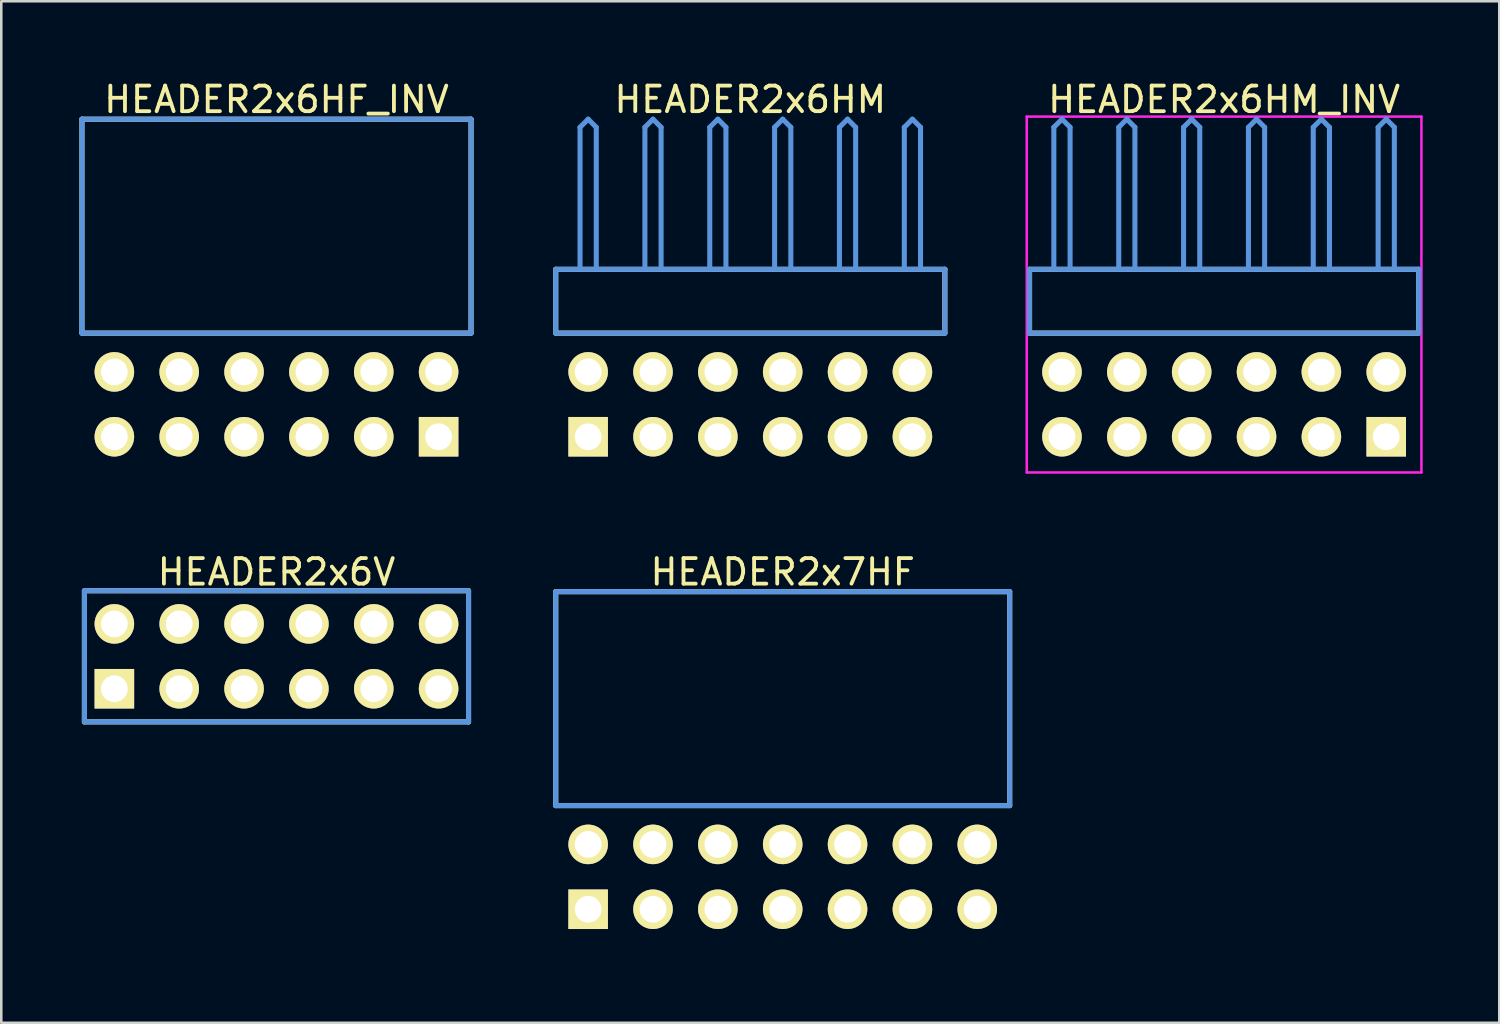
<source format=kicad_pcb>
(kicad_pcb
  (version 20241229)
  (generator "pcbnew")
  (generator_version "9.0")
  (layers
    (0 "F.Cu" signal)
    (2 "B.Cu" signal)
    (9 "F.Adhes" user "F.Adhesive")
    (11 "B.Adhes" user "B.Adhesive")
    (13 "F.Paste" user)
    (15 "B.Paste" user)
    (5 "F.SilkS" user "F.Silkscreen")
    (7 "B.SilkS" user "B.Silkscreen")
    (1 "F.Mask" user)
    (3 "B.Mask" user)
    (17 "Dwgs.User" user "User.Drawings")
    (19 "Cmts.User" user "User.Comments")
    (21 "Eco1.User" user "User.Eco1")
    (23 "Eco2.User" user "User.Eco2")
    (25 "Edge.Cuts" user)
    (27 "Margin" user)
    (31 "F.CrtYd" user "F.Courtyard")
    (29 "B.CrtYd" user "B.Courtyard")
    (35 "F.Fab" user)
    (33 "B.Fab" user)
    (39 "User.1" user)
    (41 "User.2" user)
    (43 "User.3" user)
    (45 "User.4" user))
  (footprint "HEADER2x7HF"
    (layer "F.Cu")
    (at 19.986 32.562)
    (property "Reference" "HEADER2x7HF" (at 7.62 -13.208 0) (layer "F.SilkS") (effects (font (size 1.001 1.001) (thickness 0.15))))
    (attr through_hole)
    (fp_line (start -1.27 -12.438) (end -1.27 -4.059) (stroke (width 0.198) (type solid)) (layer "F.SilkS"))
    (fp_line (start -1.27 -4.059) (end 16.51 -4.059) (stroke (width 0.198) (type solid)) (layer "F.SilkS"))
    (fp_line (start 16.51 -12.438) (end -1.27 -12.438) (stroke (width 0.198) (type solid)) (layer "F.SilkS"))
    (fp_line (start 16.51 -4.059) (end 16.51 -12.438) (stroke (width 0.198) (type solid)) (layer "F.SilkS"))
    (fp_line (start -1.27 -12.438) (end -1.27 -4.059) (stroke (width 0.198) (type solid)) (layer "Cmts.User"))
    (fp_line (start -1.27 -4.059) (end 16.51 -4.059) (stroke (width 0.198) (type solid)) (layer "Cmts.User"))
    (fp_line (start 16.51 -12.438) (end -1.27 -12.438) (stroke (width 0.198) (type solid)) (layer "Cmts.User"))
    (fp_line (start 16.51 -4.059) (end 16.51 -12.438) (stroke (width 0.198) (type solid)) (layer "Cmts.User"))
    (fp_line (start -1.379 -12.54) (end 16.619 -12.54) (stroke (width 0.099) (type solid)) (layer "Eco1.User"))
    (fp_line (start -1.379 1.4) (end -1.379 -12.54) (stroke (width 0.099) (type solid)) (layer "Eco1.User"))
    (fp_line (start 16.619 -12.54) (end 16.619 1.4) (stroke (width 0.099) (type solid)) (layer "Eco1.User"))
    (fp_line (start 16.619 1.4) (end -1.379 1.4) (stroke (width 0.099) (type solid)) (layer "Eco1.User"))
    (pad "1" thru_hole rect (at 0 0) (size 1.549 1.549) (drill 1.049) (layers "*.Cu" "*.Mask" "F.SilkS"))
    (pad "2" thru_hole circle (at 0 -2.54) (size 1.549 1.549) (drill 1.049) (layers "*.Cu" "*.Mask" "F.SilkS"))
    (pad "3" thru_hole circle (at 2.54 0) (size 1.549 1.549) (drill 1.049) (layers "*.Cu" "*.Mask" "F.SilkS"))
    (pad "4" thru_hole circle (at 2.54 -2.54) (size 1.549 1.549) (drill 1.049) (layers "*.Cu" "*.Mask" "F.SilkS"))
    (pad "5" thru_hole circle (at 5.08 0) (size 1.549 1.549) (drill 1.049) (layers "*.Cu" "*.Mask" "F.SilkS"))
    (pad "6" thru_hole circle (at 5.08 -2.54) (size 1.549 1.549) (drill 1.049) (layers "*.Cu" "*.Mask" "F.SilkS"))
    (pad "7" thru_hole circle (at 7.62 0) (size 1.549 1.549) (drill 1.049) (layers "*.Cu" "*.Mask" "F.SilkS"))
    (pad "8" thru_hole circle (at 7.62 -2.54) (size 1.549 1.549) (drill 1.049) (layers "*.Cu" "*.Mask" "F.SilkS"))
    (pad "9" thru_hole circle (at 10.16 0) (size 1.549 1.549) (drill 1.049) (layers "*.Cu" "*.Mask" "F.SilkS"))
    (pad "10" thru_hole circle (at 10.16 -2.54) (size 1.549 1.549) (drill 1.049) (layers "*.Cu" "*.Mask" "F.SilkS"))
    (pad "11" thru_hole circle (at 12.7 0) (size 1.549 1.549) (drill 1.049) (layers "*.Cu" "*.Mask" "F.SilkS"))
    (pad "12" thru_hole circle (at 12.7 -2.54) (size 1.549 1.549) (drill 1.049) (layers "*.Cu" "*.Mask" "F.SilkS"))
    (pad "13" thru_hole circle (at 15.24 0) (size 1.549 1.549) (drill 1.049) (layers "*.Cu" "*.Mask" "F.SilkS"))
    (pad "14" thru_hole circle (at 15.24 -2.54) (size 1.549 1.549) (drill 1.049) (layers "*.Cu" "*.Mask" "F.SilkS")))
  (footprint "HEADER2x6HF_INV"
    (layer "F.Cu")
    (at 1.429 14.056)
    (property "Reference" "HEADER2x6HF_INV" (at 6.35 -13.208 0) (layer "F.SilkS") (effects (font (size 1.001 1.001) (thickness 0.15))))
    (attr through_hole)
    (fp_line (start -1.27 -12.438) (end -1.27 -4.059) (stroke (width 0.198) (type solid)) (layer "F.SilkS"))
    (fp_line (start -1.27 -4.059) (end 13.97 -4.059) (stroke (width 0.198) (type solid)) (layer "F.SilkS"))
    (fp_line (start 13.97 -12.438) (end -1.27 -12.438) (stroke (width 0.198) (type solid)) (layer "F.SilkS"))
    (fp_line (start 13.97 -4.059) (end 13.97 -12.438) (stroke (width 0.198) (type solid)) (layer "F.SilkS"))
    (fp_line (start -1.27 -12.438) (end -1.27 -4.059) (stroke (width 0.198) (type solid)) (layer "Cmts.User"))
    (fp_line (start -1.27 -4.059) (end 13.97 -4.059) (stroke (width 0.198) (type solid)) (layer "Cmts.User"))
    (fp_line (start 13.97 -12.438) (end -1.27 -12.438) (stroke (width 0.198) (type solid)) (layer "Cmts.User"))
    (fp_line (start 13.97 -4.059) (end 13.97 -12.438) (stroke (width 0.198) (type solid)) (layer "Cmts.User"))
    (fp_line (start -1.379 -12.54) (end 14.079 -12.54) (stroke (width 0.099) (type solid)) (layer "Eco1.User"))
    (fp_line (start -1.379 1.4) (end -1.379 -12.54) (stroke (width 0.099) (type solid)) (layer "Eco1.User"))
    (fp_line (start 14.079 -12.54) (end 14.079 1.4) (stroke (width 0.099) (type solid)) (layer "Eco1.User"))
    (fp_line (start 14.079 1.4) (end -1.379 1.4) (stroke (width 0.099) (type solid)) (layer "Eco1.User"))
    (pad "1" thru_hole rect (at 12.7 0) (size 1.549 1.549) (drill 1.049) (layers "*.Cu" "*.Mask" "F.SilkS"))
    (pad "2" thru_hole circle (at 12.7 -2.54) (size 1.549 1.549) (drill 1.049) (layers "*.Cu" "*.Mask" "F.SilkS"))
    (pad "3" thru_hole circle (at 10.16 0) (size 1.549 1.549) (drill 1.049) (layers "*.Cu" "*.Mask" "F.SilkS"))
    (pad "4" thru_hole circle (at 10.16 -2.54) (size 1.549 1.549) (drill 1.049) (layers "*.Cu" "*.Mask" "F.SilkS"))
    (pad "5" thru_hole circle (at 7.62 0) (size 1.549 1.549) (drill 1.049) (layers "*.Cu" "*.Mask" "F.SilkS"))
    (pad "6" thru_hole circle (at 7.62 -2.54) (size 1.549 1.549) (drill 1.049) (layers "*.Cu" "*.Mask" "F.SilkS"))
    (pad "7" thru_hole circle (at 5.08 0) (size 1.549 1.549) (drill 1.049) (layers "*.Cu" "*.Mask" "F.SilkS"))
    (pad "8" thru_hole circle (at 5.08 -2.54) (size 1.549 1.549) (drill 1.049) (layers "*.Cu" "*.Mask" "F.SilkS"))
    (pad "9" thru_hole circle (at 2.54 0) (size 1.549 1.549) (drill 1.049) (layers "*.Cu" "*.Mask" "F.SilkS"))
    (pad "10" thru_hole circle (at 2.54 -2.54) (size 1.549 1.549) (drill 1.049) (layers "*.Cu" "*.Mask" "F.SilkS"))
    (pad "11" thru_hole circle (at 0 0) (size 1.549 1.549) (drill 1.049) (layers "*.Cu" "*.Mask" "F.SilkS"))
    (pad "12" thru_hole circle (at 0 -2.54) (size 1.549 1.549) (drill 1.049) (layers "*.Cu" "*.Mask" "F.SilkS")))
  (footprint "HEADER2x6HM_INV"
    (layer "F.Cu")
    (at 38.544 14.056)
    (property "Reference" "HEADER2x6HM_INV" (at 6.35 -13.208 0) (layer "F.SilkS") (effects (font (size 1.001 1.001) (thickness 0.15))))
    (attr through_hole)
    (fp_line (start -1.27 -6.558) (end -1.27 -4.059) (stroke (width 0.198) (type solid)) (layer "F.SilkS"))
    (fp_line (start -1.27 -4.059) (end 13.97 -4.059) (stroke (width 0.198) (type solid)) (layer "F.SilkS"))
    (fp_line (start 13.97 -6.558) (end -1.27 -6.558) (stroke (width 0.198) (type solid)) (layer "F.SilkS"))
    (fp_line (start 13.97 -4.059) (end 13.97 -6.558) (stroke (width 0.198) (type solid)) (layer "F.SilkS"))
    (fp_line (start -1.27 -6.558) (end -1.27 -4.059) (stroke (width 0.198) (type solid)) (layer "Cmts.User"))
    (fp_line (start -1.27 -4.059) (end 13.97 -4.059) (stroke (width 0.198) (type solid)) (layer "Cmts.User"))
    (fp_line (start -0.318 -12.121) (end 0 -12.438) (stroke (width 0.198) (type solid)) (layer "Cmts.User"))
    (fp_line (start -0.318 -6.599) (end -0.318 -12.121) (stroke (width 0.198) (type solid)) (layer "Cmts.User"))
    (fp_line (start 0.318 -12.121) (end 0 -12.438) (stroke (width 0.198) (type solid)) (layer "Cmts.User"))
    (fp_line (start 0.318 -6.599) (end 0.318 -12.121) (stroke (width 0.198) (type solid)) (layer "Cmts.User"))
    (fp_line (start 2.223 -12.121) (end 2.54 -12.438) (stroke (width 0.198) (type solid)) (layer "Cmts.User"))
    (fp_line (start 2.223 -6.599) (end 2.223 -12.121) (stroke (width 0.198) (type solid)) (layer "Cmts.User"))
    (fp_line (start 2.857 -12.121) (end 2.54 -12.438) (stroke (width 0.198) (type solid)) (layer "Cmts.User"))
    (fp_line (start 2.857 -6.599) (end 2.857 -12.121) (stroke (width 0.198) (type solid)) (layer "Cmts.User"))
    (fp_line (start 4.763 -12.121) (end 5.08 -12.438) (stroke (width 0.198) (type solid)) (layer "Cmts.User"))
    (fp_line (start 4.763 -6.599) (end 4.763 -12.121) (stroke (width 0.198) (type solid)) (layer "Cmts.User"))
    (fp_line (start 5.397 -12.121) (end 5.08 -12.438) (stroke (width 0.198) (type solid)) (layer "Cmts.User"))
    (fp_line (start 5.397 -6.599) (end 5.397 -12.121) (stroke (width 0.198) (type solid)) (layer "Cmts.User"))
    (fp_line (start 7.303 -12.121) (end 7.62 -12.438) (stroke (width 0.198) (type solid)) (layer "Cmts.User"))
    (fp_line (start 7.303 -6.599) (end 7.303 -12.121) (stroke (width 0.198) (type solid)) (layer "Cmts.User"))
    (fp_line (start 7.938 -12.121) (end 7.62 -12.438) (stroke (width 0.198) (type solid)) (layer "Cmts.User"))
    (fp_line (start 7.938 -6.599) (end 7.938 -12.121) (stroke (width 0.198) (type solid)) (layer "Cmts.User"))
    (fp_line (start 9.842 -12.121) (end 10.16 -12.438) (stroke (width 0.198) (type solid)) (layer "Cmts.User"))
    (fp_line (start 9.842 -6.599) (end 9.842 -12.121) (stroke (width 0.198) (type solid)) (layer "Cmts.User"))
    (fp_line (start 10.477 -12.121) (end 10.16 -12.438) (stroke (width 0.198) (type solid)) (layer "Cmts.User"))
    (fp_line (start 10.477 -6.599) (end 10.477 -12.121) (stroke (width 0.198) (type solid)) (layer "Cmts.User"))
    (fp_line (start 12.383 -12.121) (end 12.7 -12.438) (stroke (width 0.198) (type solid)) (layer "Cmts.User"))
    (fp_line (start 12.383 -6.599) (end 12.383 -12.121) (stroke (width 0.198) (type solid)) (layer "Cmts.User"))
    (fp_line (start 13.018 -12.121) (end 12.7 -12.438) (stroke (width 0.198) (type solid)) (layer "Cmts.User"))
    (fp_line (start 13.018 -6.599) (end 13.018 -12.121) (stroke (width 0.198) (type solid)) (layer "Cmts.User"))
    (fp_line (start 13.97 -6.558) (end -1.27 -6.558) (stroke (width 0.198) (type solid)) (layer "Cmts.User"))
    (fp_line (start 13.97 -4.059) (end 13.97 -6.558) (stroke (width 0.198) (type solid)) (layer "Cmts.User"))
    (fp_line (start -1.379 -12.54) (end 14.079 -12.54) (stroke (width 0.099) (type solid)) (layer "F.CrtYd"))
    (fp_line (start -1.379 1.4) (end -1.379 -12.54) (stroke (width 0.099) (type solid)) (layer "F.CrtYd"))
    (fp_line (start 14.079 -12.54) (end 14.079 1.4) (stroke (width 0.099) (type solid)) (layer "F.CrtYd"))
    (fp_line (start 14.079 1.4) (end -1.379 1.4) (stroke (width 0.099) (type solid)) (layer "F.CrtYd"))
    (pad "1" thru_hole rect (at 12.7 0) (size 1.549 1.549) (drill 1.049) (layers "*.Cu" "*.Mask" "F.SilkS"))
    (pad "2" thru_hole circle (at 12.7 -2.54) (size 1.549 1.549) (drill 1.049) (layers "*.Cu" "*.Mask" "F.SilkS"))
    (pad "3" thru_hole circle (at 10.16 0) (size 1.549 1.549) (drill 1.049) (layers "*.Cu" "*.Mask" "F.SilkS"))
    (pad "4" thru_hole circle (at 10.16 -2.54) (size 1.549 1.549) (drill 1.049) (layers "*.Cu" "*.Mask" "F.SilkS"))
    (pad "5" thru_hole circle (at 7.62 0) (size 1.549 1.549) (drill 1.049) (layers "*.Cu" "*.Mask" "F.SilkS"))
    (pad "6" thru_hole circle (at 7.62 -2.54) (size 1.549 1.549) (drill 1.049) (layers "*.Cu" "*.Mask" "F.SilkS"))
    (pad "7" thru_hole circle (at 5.08 0) (size 1.549 1.549) (drill 1.049) (layers "*.Cu" "*.Mask" "F.SilkS"))
    (pad "8" thru_hole circle (at 5.08 -2.54) (size 1.549 1.549) (drill 1.049) (layers "*.Cu" "*.Mask" "F.SilkS"))
    (pad "9" thru_hole circle (at 2.54 0) (size 1.549 1.549) (drill 1.049) (layers "*.Cu" "*.Mask" "F.SilkS"))
    (pad "10" thru_hole circle (at 2.54 -2.54) (size 1.549 1.549) (drill 1.049) (layers "*.Cu" "*.Mask" "F.SilkS"))
    (pad "11" thru_hole circle (at 0 0) (size 1.549 1.549) (drill 1.049) (layers "*.Cu" "*.Mask" "F.SilkS"))
    (pad "12" thru_hole circle (at 0 -2.54) (size 1.549 1.549) (drill 1.049) (layers "*.Cu" "*.Mask" "F.SilkS")))
  (footprint "HEADER2x6V"
    (layer "F.Cu")
    (at 1.429 23.926)
    (property "Reference" "HEADER2x6V" (at 6.35 -4.572 0) (layer "F.SilkS") (effects (font (size 1.001 1.001) (thickness 0.15))))
    (attr through_hole)
    (fp_line (start -1.173 -3.838) (end -1.173 1.298) (stroke (width 0.198) (type solid)) (layer "F.SilkS"))
    (fp_line (start -1.173 1.298) (end 13.873 1.298) (stroke (width 0.198) (type solid)) (layer "F.SilkS"))
    (fp_line (start 13.873 -3.838) (end -1.173 -3.838) (stroke (width 0.198) (type solid)) (layer "F.SilkS"))
    (fp_line (start 13.873 1.298) (end 13.873 -3.838) (stroke (width 0.198) (type solid)) (layer "F.SilkS"))
    (fp_line (start -1.173 -3.838) (end -1.173 1.298) (stroke (width 0.198) (type solid)) (layer "Cmts.User"))
    (fp_line (start -1.173 1.298) (end 13.873 1.298) (stroke (width 0.198) (type solid)) (layer "Cmts.User"))
    (fp_line (start 13.873 -3.838) (end -1.173 -3.838) (stroke (width 0.198) (type solid)) (layer "Cmts.User"))
    (fp_line (start 13.873 1.298) (end 13.873 -3.838) (stroke (width 0.198) (type solid)) (layer "Cmts.User"))
    (fp_line (start -1.379 -3.94) (end -1.379 1.4) (stroke (width 0.099) (type solid)) (layer "Eco1.User"))
    (fp_line (start -1.379 1.4) (end 14.079 1.4) (stroke (width 0.099) (type solid)) (layer "Eco1.User"))
    (fp_line (start 14.079 -3.94) (end -1.379 -3.94) (stroke (width 0.099) (type solid)) (layer "Eco1.User"))
    (fp_line (start 14.079 1.4) (end 14.079 -3.94) (stroke (width 0.099) (type solid)) (layer "Eco1.User"))
    (pad "1" thru_hole rect (at 0 0) (size 1.549 1.549) (drill 1.049) (layers "*.Cu" "*.Mask" "F.SilkS"))
    (pad "2" thru_hole circle (at 0 -2.54) (size 1.549 1.549) (drill 1.049) (layers "*.Cu" "*.Mask" "F.SilkS"))
    (pad "3" thru_hole circle (at 2.54 0) (size 1.549 1.549) (drill 1.049) (layers "*.Cu" "*.Mask" "F.SilkS"))
    (pad "4" thru_hole circle (at 2.54 -2.54) (size 1.549 1.549) (drill 1.049) (layers "*.Cu" "*.Mask" "F.SilkS"))
    (pad "5" thru_hole circle (at 5.08 0) (size 1.549 1.549) (drill 1.049) (layers "*.Cu" "*.Mask" "F.SilkS"))
    (pad "6" thru_hole circle (at 5.08 -2.54) (size 1.549 1.549) (drill 1.049) (layers "*.Cu" "*.Mask" "F.SilkS"))
    (pad "7" thru_hole circle (at 7.62 0) (size 1.549 1.549) (drill 1.049) (layers "*.Cu" "*.Mask" "F.SilkS"))
    (pad "8" thru_hole circle (at 7.62 -2.54) (size 1.549 1.549) (drill 1.049) (layers "*.Cu" "*.Mask" "F.SilkS"))
    (pad "9" thru_hole circle (at 10.16 0) (size 1.549 1.549) (drill 1.049) (layers "*.Cu" "*.Mask" "F.SilkS"))
    (pad "10" thru_hole circle (at 10.16 -2.54) (size 1.549 1.549) (drill 1.049) (layers "*.Cu" "*.Mask" "F.SilkS"))
    (pad "11" thru_hole circle (at 12.7 0) (size 1.549 1.549) (drill 1.049) (layers "*.Cu" "*.Mask" "F.SilkS"))
    (pad "12" thru_hole circle (at 12.7 -2.54) (size 1.549 1.549) (drill 1.049) (layers "*.Cu" "*.Mask" "F.SilkS")))
  (footprint "HEADER2x6HM"
    (layer "F.Cu")
    (at 19.986 14.056)
    (property "Reference" "HEADER2x6HM" (at 6.35 -13.208 0) (layer "F.SilkS") (effects (font (size 1.001 1.001) (thickness 0.15))))
    (attr through_hole)
    (fp_line (start -1.27 -6.558) (end -1.27 -4.059) (stroke (width 0.198) (type solid)) (layer "F.SilkS"))
    (fp_line (start -1.27 -4.059) (end 13.97 -4.059) (stroke (width 0.198) (type solid)) (layer "F.SilkS"))
    (fp_line (start 13.97 -6.558) (end -1.27 -6.558) (stroke (width 0.198) (type solid)) (layer "F.SilkS"))
    (fp_line (start 13.97 -4.059) (end 13.97 -6.558) (stroke (width 0.198) (type solid)) (layer "F.SilkS"))
    (fp_line (start -1.27 -6.558) (end -1.27 -4.059) (stroke (width 0.198) (type solid)) (layer "Cmts.User"))
    (fp_line (start -1.27 -4.059) (end 13.97 -4.059) (stroke (width 0.198) (type solid)) (layer "Cmts.User"))
    (fp_line (start -0.318 -12.121) (end 0 -12.438) (stroke (width 0.198) (type solid)) (layer "Cmts.User"))
    (fp_line (start -0.318 -6.599) (end -0.318 -12.121) (stroke (width 0.198) (type solid)) (layer "Cmts.User"))
    (fp_line (start 0.318 -12.121) (end 0 -12.438) (stroke (width 0.198) (type solid)) (layer "Cmts.User"))
    (fp_line (start 0.318 -6.599) (end 0.318 -12.121) (stroke (width 0.198) (type solid)) (layer "Cmts.User"))
    (fp_line (start 2.223 -12.121) (end 2.54 -12.438) (stroke (width 0.198) (type solid)) (layer "Cmts.User"))
    (fp_line (start 2.223 -6.599) (end 2.223 -12.121) (stroke (width 0.198) (type solid)) (layer "Cmts.User"))
    (fp_line (start 2.857 -12.121) (end 2.54 -12.438) (stroke (width 0.198) (type solid)) (layer "Cmts.User"))
    (fp_line (start 2.857 -6.599) (end 2.857 -12.121) (stroke (width 0.198) (type solid)) (layer "Cmts.User"))
    (fp_line (start 4.763 -12.121) (end 5.08 -12.438) (stroke (width 0.198) (type solid)) (layer "Cmts.User"))
    (fp_line (start 4.763 -6.599) (end 4.763 -12.121) (stroke (width 0.198) (type solid)) (layer "Cmts.User"))
    (fp_line (start 5.397 -12.121) (end 5.08 -12.438) (stroke (width 0.198) (type solid)) (layer "Cmts.User"))
    (fp_line (start 5.397 -6.599) (end 5.397 -12.121) (stroke (width 0.198) (type solid)) (layer "Cmts.User"))
    (fp_line (start 7.303 -12.121) (end 7.62 -12.438) (stroke (width 0.198) (type solid)) (layer "Cmts.User"))
    (fp_line (start 7.303 -6.599) (end 7.303 -12.121) (stroke (width 0.198) (type solid)) (layer "Cmts.User"))
    (fp_line (start 7.938 -12.121) (end 7.62 -12.438) (stroke (width 0.198) (type solid)) (layer "Cmts.User"))
    (fp_line (start 7.938 -6.599) (end 7.938 -12.121) (stroke (width 0.198) (type solid)) (layer "Cmts.User"))
    (fp_line (start 9.842 -12.121) (end 10.16 -12.438) (stroke (width 0.198) (type solid)) (layer "Cmts.User"))
    (fp_line (start 9.842 -6.599) (end 9.842 -12.121) (stroke (width 0.198) (type solid)) (layer "Cmts.User"))
    (fp_line (start 10.477 -12.121) (end 10.16 -12.438) (stroke (width 0.198) (type solid)) (layer "Cmts.User"))
    (fp_line (start 10.477 -6.599) (end 10.477 -12.121) (stroke (width 0.198) (type solid)) (layer "Cmts.User"))
    (fp_line (start 12.383 -12.121) (end 12.7 -12.438) (stroke (width 0.198) (type solid)) (layer "Cmts.User"))
    (fp_line (start 12.383 -6.599) (end 12.383 -12.121) (stroke (width 0.198) (type solid)) (layer "Cmts.User"))
    (fp_line (start 13.018 -12.121) (end 12.7 -12.438) (stroke (width 0.198) (type solid)) (layer "Cmts.User"))
    (fp_line (start 13.018 -6.599) (end 13.018 -12.121) (stroke (width 0.198) (type solid)) (layer "Cmts.User"))
    (fp_line (start 13.97 -6.558) (end -1.27 -6.558) (stroke (width 0.198) (type solid)) (layer "Cmts.User"))
    (fp_line (start 13.97 -4.059) (end 13.97 -6.558) (stroke (width 0.198) (type solid)) (layer "Cmts.User"))
    (fp_line (start -1.379 -12.54) (end 14.079 -12.54) (stroke (width 0.099) (type solid)) (layer "Eco1.User"))
    (fp_line (start -1.379 1.4) (end -1.379 -12.54) (stroke (width 0.099) (type solid)) (layer "Eco1.User"))
    (fp_line (start 14.079 -12.54) (end 14.079 1.4) (stroke (width 0.099) (type solid)) (layer "Eco1.User"))
    (fp_line (start 14.079 1.4) (end -1.379 1.4) (stroke (width 0.099) (type solid)) (layer "Eco1.User"))
    (pad "1" thru_hole rect (at 0 0) (size 1.549 1.549) (drill 1.049) (layers "*.Cu" "*.Mask" "F.SilkS"))
    (pad "2" thru_hole circle (at 0 -2.54) (size 1.549 1.549) (drill 1.049) (layers "*.Cu" "*.Mask" "F.SilkS"))
    (pad "3" thru_hole circle (at 2.54 0) (size 1.549 1.549) (drill 1.049) (layers "*.Cu" "*.Mask" "F.SilkS"))
    (pad "4" thru_hole circle (at 2.54 -2.54) (size 1.549 1.549) (drill 1.049) (layers "*.Cu" "*.Mask" "F.SilkS"))
    (pad "5" thru_hole circle (at 5.08 0) (size 1.549 1.549) (drill 1.049) (layers "*.Cu" "*.Mask" "F.SilkS"))
    (pad "6" thru_hole circle (at 5.08 -2.54) (size 1.549 1.549) (drill 1.049) (layers "*.Cu" "*.Mask" "F.SilkS"))
    (pad "7" thru_hole circle (at 7.62 0) (size 1.549 1.549) (drill 1.049) (layers "*.Cu" "*.Mask" "F.SilkS"))
    (pad "8" thru_hole circle (at 7.62 -2.54) (size 1.549 1.549) (drill 1.049) (layers "*.Cu" "*.Mask" "F.SilkS"))
    (pad "9" thru_hole circle (at 10.16 0) (size 1.549 1.549) (drill 1.049) (layers "*.Cu" "*.Mask" "F.SilkS"))
    (pad "10" thru_hole circle (at 10.16 -2.54) (size 1.549 1.549) (drill 1.049) (layers "*.Cu" "*.Mask" "F.SilkS"))
    (pad "11" thru_hole circle (at 12.7 0) (size 1.549 1.549) (drill 1.049) (layers "*.Cu" "*.Mask" "F.SilkS"))
    (pad "12" thru_hole circle (at 12.7 -2.54) (size 1.549 1.549) (drill 1.049) (layers "*.Cu" "*.Mask" "F.SilkS")))
  (gr_rect
    (start -3 -3)
    (end 55.672 37.011)
    (stroke (width 0.1) (type default))
    (fill no)
    (layer "Edge.Cuts")))
</source>
